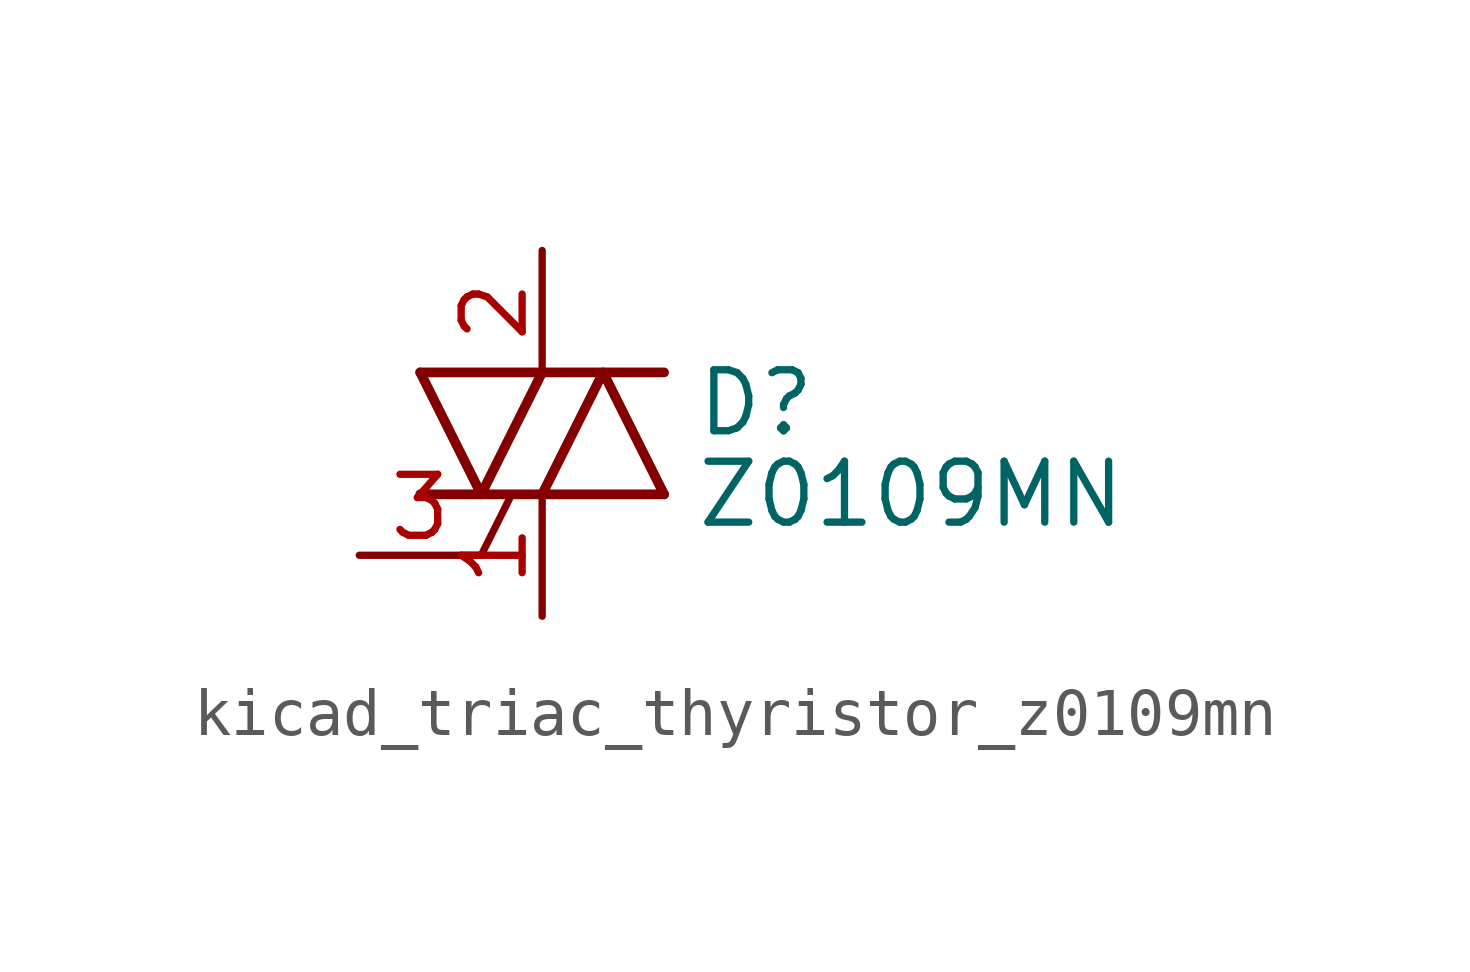
<source format=kicad_sym>
(kicad_symbol_lib
  (version 20220914)
  (generator kicad_symbol_editor)
  (symbol "kicad_triac_thyristor_z0109mn"
    (pin_names
      (offset 0) hide)
    (property "Reference" "D"
      (at 3.175 0.635 0)
      (effects (font (size 1.27 1.27)) (justify left)))
    (property "Value" "Z0109MN"
      (at 3.175 -1.27 0)
      (effects (font (size 1.27 1.27)) (justify left)))
    (symbol "kicad_triac_thyristor_z0109mn_0_1"
      (polyline (pts (xy -2.54 -1.27) (xy 2.54 -1.27)) (stroke (width 0.203) (type default)) (fill (type none)))
      (polyline (pts (xy -2.54 1.27) (xy 2.54 1.27)) (stroke (width 0.203) (type default)) (fill (type none)))
      (polyline (pts (xy -1.27 -2.54) (xy -0.635 -1.27)) (stroke (width 0) (type default)) (fill (type none)))
      (polyline (pts (xy -2.54 1.27) (xy -1.27 -1.27) (xy 0 1.27)) (stroke (width 0.203) (type default)) (fill (type none)))
      (polyline (pts (xy 0 -1.27) (xy 1.27 1.27) (xy 2.54 -1.27)) (stroke (width 0.203) (type default)) (fill (type none))))
    (symbol "kicad_triac_thyristor_z0109mn_1_1"
      (pin passive line (at 0 -3.81 90) (length 2.54) (name "A1" (effects (font (size 1.27 1.27)))) (number "1" (effects (font (size 1.27 1.27)))))
      (pin passive line (at 0 3.81 270) (length 2.54) (name "A2" (effects (font (size 1.27 1.27)))) (number "2" (effects (font (size 1.27 1.27)))))
      (pin input line (at -3.81 -2.54 0) (length 2.54) (name "G" (effects (font (size 1.27 1.27)))) (number "3" (effects (font (size 1.27 1.27)))))
      (pin passive line (at 0 3.81 270) (length 2.54) hide (name "A4" (effects (font (size 1.27 1.27)))) (number "4" (effects (font (size 1.27 1.27))))))))
</source>
